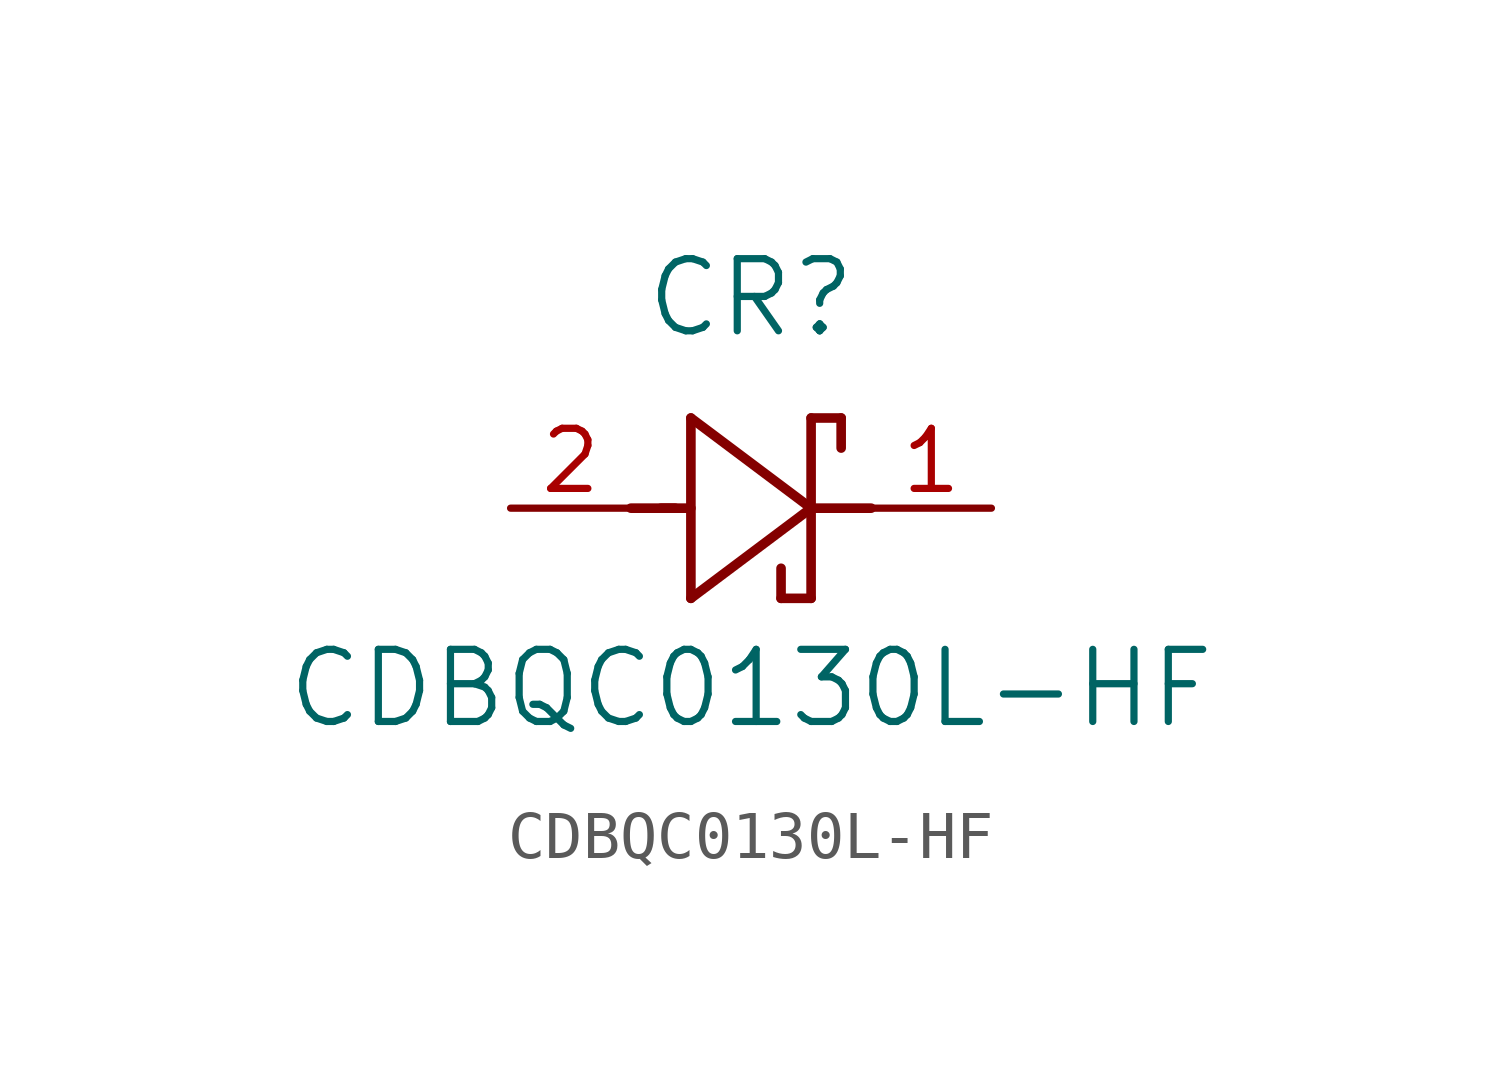
<source format=kicad_sym>
(kicad_symbol_lib
  (version 20220914)
  (generator kicad_symbol_editor)
  (symbol "CDBQC0130L-HF"
    (pin_names
      (offset 0.254))
    (property "Reference" "CR"
      (at 5.08 4.445 0)
      (effects (font (size 1.524 1.524))))
    (property "Value" "CDBQC0130L-HF"
      (at 5.08 -3.81 0)
      (effects (font (size 1.524 1.524))))
    (property "ki_locked" ""
      (at 0 0 0)
      (effects (font (size 1.27 1.27))))
    (symbol "CDBQC0130L-HF_0_1"
      (polyline (pts (xy 2.54 0) (xy 3.48 0)) (stroke (width 0.203) (type default)) (fill (type none)))
      (polyline (pts (xy 3.175 0) (xy 3.81 0)) (stroke (width 0.203) (type default)) (fill (type none)))
      (polyline (pts (xy 3.81 -1.905) (xy 6.35 0)) (stroke (width 0.203) (type default)) (fill (type none)))
      (polyline (pts (xy 3.81 1.905) (xy 3.81 -1.905)) (stroke (width 0.203) (type default)) (fill (type none)))
      (polyline (pts (xy 5.715 -1.905) (xy 5.715 -1.27)) (stroke (width 0.203) (type default)) (fill (type none)))
      (polyline (pts (xy 6.35 -1.905) (xy 5.715 -1.905)) (stroke (width 0.203) (type default)) (fill (type none)))
      (polyline (pts (xy 6.35 -1.905) (xy 6.35 1.905)) (stroke (width 0.203) (type default)) (fill (type none)))
      (polyline (pts (xy 6.35 0) (xy 3.81 1.905)) (stroke (width 0.203) (type default)) (fill (type none)))
      (polyline (pts (xy 6.35 0) (xy 7.62 0)) (stroke (width 0.203) (type default)) (fill (type none)))
      (polyline (pts (xy 6.35 1.905) (xy 6.985 1.905)) (stroke (width 0.203) (type default)) (fill (type none)))
      (polyline (pts (xy 6.985 1.905) (xy 6.985 1.27)) (stroke (width 0.203) (type default)) (fill (type none)))
      (pin unspecified line (at 10.16 0 180) (length 2.54) (name "" (effects (font (size 1.27 1.27)))) (number "1" (effects (font (size 1.27 1.27)))))
      (pin unspecified line (at 0 0 0) (length 2.54) (name "" (effects (font (size 1.27 1.27)))) (number "2" (effects (font (size 1.27 1.27))))))))
</source>
